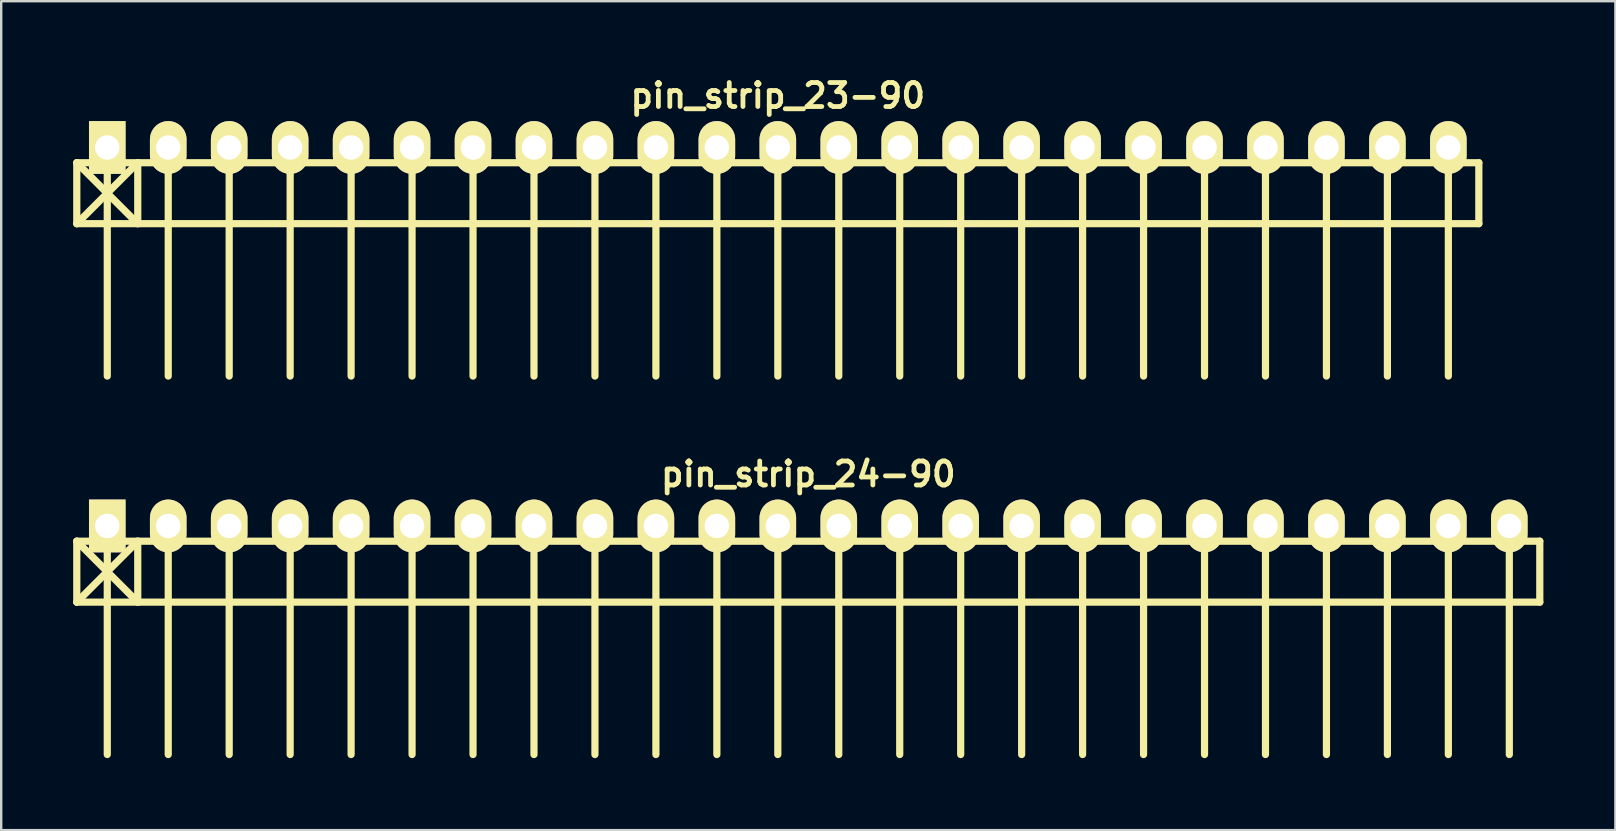
<source format=kicad_pcb>
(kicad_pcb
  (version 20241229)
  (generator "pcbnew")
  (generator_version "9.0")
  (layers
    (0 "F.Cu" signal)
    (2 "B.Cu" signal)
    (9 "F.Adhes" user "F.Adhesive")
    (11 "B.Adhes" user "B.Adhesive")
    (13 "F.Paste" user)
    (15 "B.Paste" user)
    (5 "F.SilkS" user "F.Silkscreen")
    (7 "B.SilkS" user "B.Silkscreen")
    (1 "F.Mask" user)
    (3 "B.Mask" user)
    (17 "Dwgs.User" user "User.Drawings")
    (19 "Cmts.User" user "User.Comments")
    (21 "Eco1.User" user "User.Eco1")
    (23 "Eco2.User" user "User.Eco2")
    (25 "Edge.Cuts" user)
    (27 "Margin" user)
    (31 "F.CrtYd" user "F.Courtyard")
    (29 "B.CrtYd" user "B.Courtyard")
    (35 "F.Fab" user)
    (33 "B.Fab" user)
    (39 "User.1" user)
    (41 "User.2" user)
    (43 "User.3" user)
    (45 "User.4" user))
  (footprint "pin_strip_23-90"
    (layer "F.Cu")
    (at 29.36 3.095)
    (property "Reference" "pin_strip_23-90" (at 0 -2.159 0) (layer "F.SilkS") (effects (font (size 1 1) (thickness 0.2))))
    (attr through_hole)
    (fp_line (start -29.21 0.635) (end 29.21 0.635) (stroke (width 0.3) (type solid)) (layer "F.SilkS"))
    (fp_line (start -29.21 3.175) (end -29.21 0.635) (stroke (width 0.3) (type solid)) (layer "F.SilkS"))
    (fp_line (start -29.21 3.175) (end -26.67 0.635) (stroke (width 0.3) (type solid)) (layer "F.SilkS"))
    (fp_line (start -27.94 0) (end -27.94 9.525) (stroke (width 0.3) (type solid)) (layer "F.SilkS"))
    (fp_line (start -26.67 0.635) (end -26.67 3.175) (stroke (width 0.3) (type solid)) (layer "F.SilkS"))
    (fp_line (start -26.67 3.175) (end -29.21 0.635) (stroke (width 0.3) (type solid)) (layer "F.SilkS"))
    (fp_line (start -25.4 0) (end -25.4 9.525) (stroke (width 0.3) (type solid)) (layer "F.SilkS"))
    (fp_line (start -22.86 9.525) (end -22.86 0) (stroke (width 0.3) (type solid)) (layer "F.SilkS"))
    (fp_line (start -20.32 0) (end -20.32 9.525) (stroke (width 0.3) (type solid)) (layer "F.SilkS"))
    (fp_line (start -17.78 0) (end -17.78 9.525) (stroke (width 0.3) (type solid)) (layer "F.SilkS"))
    (fp_line (start -15.24 0) (end -15.24 9.525) (stroke (width 0.3) (type solid)) (layer "F.SilkS"))
    (fp_line (start -12.7 0) (end -12.7 9.525) (stroke (width 0.3) (type solid)) (layer "F.SilkS"))
    (fp_line (start -10.16 0) (end -10.16 9.525) (stroke (width 0.3) (type solid)) (layer "F.SilkS"))
    (fp_line (start -7.62 0) (end -7.62 9.525) (stroke (width 0.3) (type solid)) (layer "F.SilkS"))
    (fp_line (start -5.08 0) (end -5.08 9.525) (stroke (width 0.3) (type solid)) (layer "F.SilkS"))
    (fp_line (start -2.54 0) (end -2.54 9.525) (stroke (width 0.3) (type solid)) (layer "F.SilkS"))
    (fp_line (start 0 0) (end 0 9.525) (stroke (width 0.3) (type solid)) (layer "F.SilkS"))
    (fp_line (start 2.54 9.525) (end 2.54 0) (stroke (width 0.3) (type solid)) (layer "F.SilkS"))
    (fp_line (start 5.08 0) (end 5.08 9.525) (stroke (width 0.3) (type solid)) (layer "F.SilkS"))
    (fp_line (start 7.62 0) (end 7.62 9.525) (stroke (width 0.3) (type solid)) (layer "F.SilkS"))
    (fp_line (start 10.16 0) (end 10.16 9.525) (stroke (width 0.3) (type solid)) (layer "F.SilkS"))
    (fp_line (start 12.7 0) (end 12.7 9.525) (stroke (width 0.3) (type solid)) (layer "F.SilkS"))
    (fp_line (start 15.24 0) (end 15.24 9.525) (stroke (width 0.3) (type solid)) (layer "F.SilkS"))
    (fp_line (start 17.78 0) (end 17.78 9.525) (stroke (width 0.3) (type solid)) (layer "F.SilkS"))
    (fp_line (start 20.32 0) (end 20.32 9.525) (stroke (width 0.3) (type solid)) (layer "F.SilkS"))
    (fp_line (start 22.86 0) (end 22.86 9.525) (stroke (width 0.3) (type solid)) (layer "F.SilkS"))
    (fp_line (start 25.4 0) (end 25.4 9.525) (stroke (width 0.3) (type solid)) (layer "F.SilkS"))
    (fp_line (start 27.94 9.525) (end 27.94 0) (stroke (width 0.3) (type solid)) (layer "F.SilkS"))
    (fp_line (start 29.21 0.635) (end 29.21 3.175) (stroke (width 0.3) (type solid)) (layer "F.SilkS"))
    (fp_line (start 29.21 3.175) (end -29.21 3.175) (stroke (width 0.3) (type solid)) (layer "F.SilkS"))
    (pad "1" thru_hole rect (at -27.94 0) (size 1.524 2.2) (drill 1.02) (layers "*.Cu" "*.Mask" "F.SilkS"))
    (pad "2" thru_hole oval (at -25.4 0) (size 1.524 2.2) (drill 1.02) (layers "*.Cu" "*.Mask" "F.SilkS"))
    (pad "3" thru_hole oval (at -22.86 0) (size 1.524 2.2) (drill 1.02) (layers "*.Cu" "*.Mask" "F.SilkS"))
    (pad "4" thru_hole oval (at -20.32 0) (size 1.524 2.2) (drill 1.02) (layers "*.Cu" "*.Mask" "F.SilkS"))
    (pad "5" thru_hole oval (at -17.78 0) (size 1.524 2.2) (drill 1.02) (layers "*.Cu" "*.Mask" "F.SilkS"))
    (pad "6" thru_hole oval (at -15.24 0) (size 1.524 2.2) (drill 1.02) (layers "*.Cu" "*.Mask" "F.SilkS"))
    (pad "7" thru_hole oval (at -12.7 0) (size 1.524 2.2) (drill 1.02) (layers "*.Cu" "*.Mask" "F.SilkS"))
    (pad "8" thru_hole oval (at -10.16 0) (size 1.524 2.2) (drill 1.02) (layers "*.Cu" "*.Mask" "F.SilkS"))
    (pad "9" thru_hole oval (at -7.62 0) (size 1.524 2.2) (drill 1.02) (layers "*.Cu" "*.Mask" "F.SilkS"))
    (pad "10" thru_hole oval (at -5.08 0) (size 1.524 2.2) (drill 1.02) (layers "*.Cu" "*.Mask" "F.SilkS"))
    (pad "11" thru_hole oval (at -2.54 0) (size 1.524 2.2) (drill 1.02) (layers "*.Cu" "*.Mask" "F.SilkS"))
    (pad "12" thru_hole oval (at 0 0) (size 1.524 2.2) (drill 1.02) (layers "*.Cu" "*.Mask" "F.SilkS"))
    (pad "13" thru_hole oval (at 2.54 0) (size 1.524 2.2) (drill 1.02) (layers "*.Cu" "*.Mask" "F.SilkS"))
    (pad "14" thru_hole oval (at 5.08 0) (size 1.524 2.2) (drill 1.02) (layers "*.Cu" "*.Mask" "F.SilkS"))
    (pad "15" thru_hole oval (at 7.62 0) (size 1.524 2.2) (drill 1.02) (layers "*.Cu" "*.Mask" "F.SilkS"))
    (pad "16" thru_hole oval (at 10.16 0) (size 1.524 2.2) (drill 1.02) (layers "*.Cu" "*.Mask" "F.SilkS"))
    (pad "17" thru_hole oval (at 12.7 0) (size 1.524 2.2) (drill 1.02) (layers "*.Cu" "*.Mask" "F.SilkS"))
    (pad "18" thru_hole oval (at 15.24 0) (size 1.524 2.2) (drill 1.02) (layers "*.Cu" "*.Mask" "F.SilkS"))
    (pad "19" thru_hole oval (at 17.78 0) (size 1.524 2.2) (drill 1.02) (layers "*.Cu" "*.Mask" "F.SilkS"))
    (pad "20" thru_hole oval (at 20.32 0) (size 1.524 2.2) (drill 1.02) (layers "*.Cu" "*.Mask" "F.SilkS"))
    (pad "21" thru_hole oval (at 22.86 0) (size 1.524 2.2) (drill 1.02) (layers "*.Cu" "*.Mask" "F.SilkS"))
    (pad "22" thru_hole oval (at 25.4 0) (size 1.524 2.2) (drill 1.02) (layers "*.Cu" "*.Mask" "F.SilkS"))
    (pad "23" thru_hole oval (at 27.94 0) (size 1.524 2.2) (drill 1.02) (layers "*.Cu" "*.Mask" "F.SilkS")))
  (footprint "pin_strip_24-90"
    (layer "F.Cu")
    (at 30.63 18.865)
    (property "Reference" "pin_strip_24-90" (at 0 -2.159 0) (layer "F.SilkS") (effects (font (size 1 1) (thickness 0.2))))
    (attr through_hole)
    (fp_line (start -30.48 0.635) (end 30.48 0.635) (stroke (width 0.3) (type solid)) (layer "F.SilkS"))
    (fp_line (start -30.48 3.175) (end -30.48 0.635) (stroke (width 0.3) (type solid)) (layer "F.SilkS"))
    (fp_line (start -30.48 3.175) (end -27.94 0.635) (stroke (width 0.3) (type solid)) (layer "F.SilkS"))
    (fp_line (start -29.21 0) (end -29.21 9.525) (stroke (width 0.3) (type solid)) (layer "F.SilkS"))
    (fp_line (start -27.94 0.635) (end -27.94 3.175) (stroke (width 0.3) (type solid)) (layer "F.SilkS"))
    (fp_line (start -27.94 3.175) (end -30.48 0.635) (stroke (width 0.3) (type solid)) (layer "F.SilkS"))
    (fp_line (start -26.67 0) (end -26.67 9.525) (stroke (width 0.3) (type solid)) (layer "F.SilkS"))
    (fp_line (start -24.13 9.525) (end -24.13 0) (stroke (width 0.3) (type solid)) (layer "F.SilkS"))
    (fp_line (start -21.59 0) (end -21.59 9.525) (stroke (width 0.3) (type solid)) (layer "F.SilkS"))
    (fp_line (start -19.05 0) (end -19.05 9.525) (stroke (width 0.3) (type solid)) (layer "F.SilkS"))
    (fp_line (start -16.51 0) (end -16.51 9.525) (stroke (width 0.3) (type solid)) (layer "F.SilkS"))
    (fp_line (start -13.97 0) (end -13.97 9.525) (stroke (width 0.3) (type solid)) (layer "F.SilkS"))
    (fp_line (start -11.43 0) (end -11.43 9.525) (stroke (width 0.3) (type solid)) (layer "F.SilkS"))
    (fp_line (start -8.89 0) (end -8.89 9.525) (stroke (width 0.3) (type solid)) (layer "F.SilkS"))
    (fp_line (start -6.35 0) (end -6.35 9.525) (stroke (width 0.3) (type solid)) (layer "F.SilkS"))
    (fp_line (start -3.81 0) (end -3.81 9.525) (stroke (width 0.3) (type solid)) (layer "F.SilkS"))
    (fp_line (start -1.27 0) (end -1.27 9.525) (stroke (width 0.3) (type solid)) (layer "F.SilkS"))
    (fp_line (start 1.27 9.525) (end 1.27 0) (stroke (width 0.3) (type solid)) (layer "F.SilkS"))
    (fp_line (start 3.81 0) (end 3.81 9.525) (stroke (width 0.3) (type solid)) (layer "F.SilkS"))
    (fp_line (start 6.35 0) (end 6.35 9.525) (stroke (width 0.3) (type solid)) (layer "F.SilkS"))
    (fp_line (start 8.89 0) (end 8.89 9.525) (stroke (width 0.3) (type solid)) (layer "F.SilkS"))
    (fp_line (start 11.43 0) (end 11.43 9.525) (stroke (width 0.3) (type solid)) (layer "F.SilkS"))
    (fp_line (start 13.97 0) (end 13.97 9.525) (stroke (width 0.3) (type solid)) (layer "F.SilkS"))
    (fp_line (start 16.51 0) (end 16.51 9.525) (stroke (width 0.3) (type solid)) (layer "F.SilkS"))
    (fp_line (start 19.05 0) (end 19.05 9.525) (stroke (width 0.3) (type solid)) (layer "F.SilkS"))
    (fp_line (start 21.59 0) (end 21.59 9.525) (stroke (width 0.3) (type solid)) (layer "F.SilkS"))
    (fp_line (start 24.13 0) (end 24.13 9.525) (stroke (width 0.3) (type solid)) (layer "F.SilkS"))
    (fp_line (start 26.67 9.525) (end 26.67 0) (stroke (width 0.3) (type solid)) (layer "F.SilkS"))
    (fp_line (start 29.21 0) (end 29.21 9.525) (stroke (width 0.3) (type solid)) (layer "F.SilkS"))
    (fp_line (start 30.48 0.635) (end 30.48 3.175) (stroke (width 0.3) (type solid)) (layer "F.SilkS"))
    (fp_line (start 30.48 3.175) (end -30.48 3.175) (stroke (width 0.3) (type solid)) (layer "F.SilkS"))
    (pad "1" thru_hole rect (at -29.21 0) (size 1.524 2.2) (drill 1.02) (layers "*.Cu" "*.Mask" "F.SilkS"))
    (pad "2" thru_hole oval (at -26.67 0) (size 1.524 2.2) (drill 1.02) (layers "*.Cu" "*.Mask" "F.SilkS"))
    (pad "3" thru_hole oval (at -24.13 0) (size 1.524 2.2) (drill 1.02) (layers "*.Cu" "*.Mask" "F.SilkS"))
    (pad "4" thru_hole oval (at -21.59 0) (size 1.524 2.2) (drill 1.02) (layers "*.Cu" "*.Mask" "F.SilkS"))
    (pad "5" thru_hole oval (at -19.05 0) (size 1.524 2.2) (drill 1.02) (layers "*.Cu" "*.Mask" "F.SilkS"))
    (pad "6" thru_hole oval (at -16.51 0) (size 1.524 2.2) (drill 1.02) (layers "*.Cu" "*.Mask" "F.SilkS"))
    (pad "7" thru_hole oval (at -13.97 0) (size 1.524 2.2) (drill 1.02) (layers "*.Cu" "*.Mask" "F.SilkS"))
    (pad "8" thru_hole oval (at -11.43 0) (size 1.524 2.2) (drill 1.02) (layers "*.Cu" "*.Mask" "F.SilkS"))
    (pad "9" thru_hole oval (at -8.89 0) (size 1.524 2.2) (drill 1.02) (layers "*.Cu" "*.Mask" "F.SilkS"))
    (pad "10" thru_hole oval (at -6.35 0) (size 1.524 2.2) (drill 1.02) (layers "*.Cu" "*.Mask" "F.SilkS"))
    (pad "11" thru_hole oval (at -3.81 0) (size 1.524 2.2) (drill 1.02) (layers "*.Cu" "*.Mask" "F.SilkS"))
    (pad "12" thru_hole oval (at -1.27 0) (size 1.524 2.2) (drill 1.02) (layers "*.Cu" "*.Mask" "F.SilkS"))
    (pad "13" thru_hole oval (at 1.27 0) (size 1.524 2.2) (drill 1.02) (layers "*.Cu" "*.Mask" "F.SilkS"))
    (pad "14" thru_hole oval (at 3.81 0) (size 1.524 2.2) (drill 1.02) (layers "*.Cu" "*.Mask" "F.SilkS"))
    (pad "15" thru_hole oval (at 6.35 0) (size 1.524 2.2) (drill 1.02) (layers "*.Cu" "*.Mask" "F.SilkS"))
    (pad "16" thru_hole oval (at 8.89 0) (size 1.524 2.2) (drill 1.02) (layers "*.Cu" "*.Mask" "F.SilkS"))
    (pad "17" thru_hole oval (at 11.43 0) (size 1.524 2.2) (drill 1.02) (layers "*.Cu" "*.Mask" "F.SilkS"))
    (pad "18" thru_hole oval (at 13.97 0) (size 1.524 2.2) (drill 1.02) (layers "*.Cu" "*.Mask" "F.SilkS"))
    (pad "19" thru_hole oval (at 16.51 0) (size 1.524 2.2) (drill 1.02) (layers "*.Cu" "*.Mask" "F.SilkS"))
    (pad "20" thru_hole oval (at 19.05 0) (size 1.524 2.2) (drill 1.02) (layers "*.Cu" "*.Mask" "F.SilkS"))
    (pad "21" thru_hole oval (at 21.59 0) (size 1.524 2.2) (drill 1.02) (layers "*.Cu" "*.Mask" "F.SilkS"))
    (pad "22" thru_hole oval (at 24.13 0) (size 1.524 2.2) (drill 1.02) (layers "*.Cu" "*.Mask" "F.SilkS"))
    (pad "23" thru_hole oval (at 26.67 0) (size 1.524 2.2) (drill 1.02) (layers "*.Cu" "*.Mask" "F.SilkS"))
    (pad "24" thru_hole oval (at 29.21 0) (size 1.524 2.2) (drill 1.02) (layers "*.Cu" "*.Mask" "F.SilkS")))
  (gr_rect
    (start -3 -3)
    (end 64.26 31.54)
    (stroke (width 0.1) (type default))
    (fill no)
    (layer "Edge.Cuts")))
</source>
